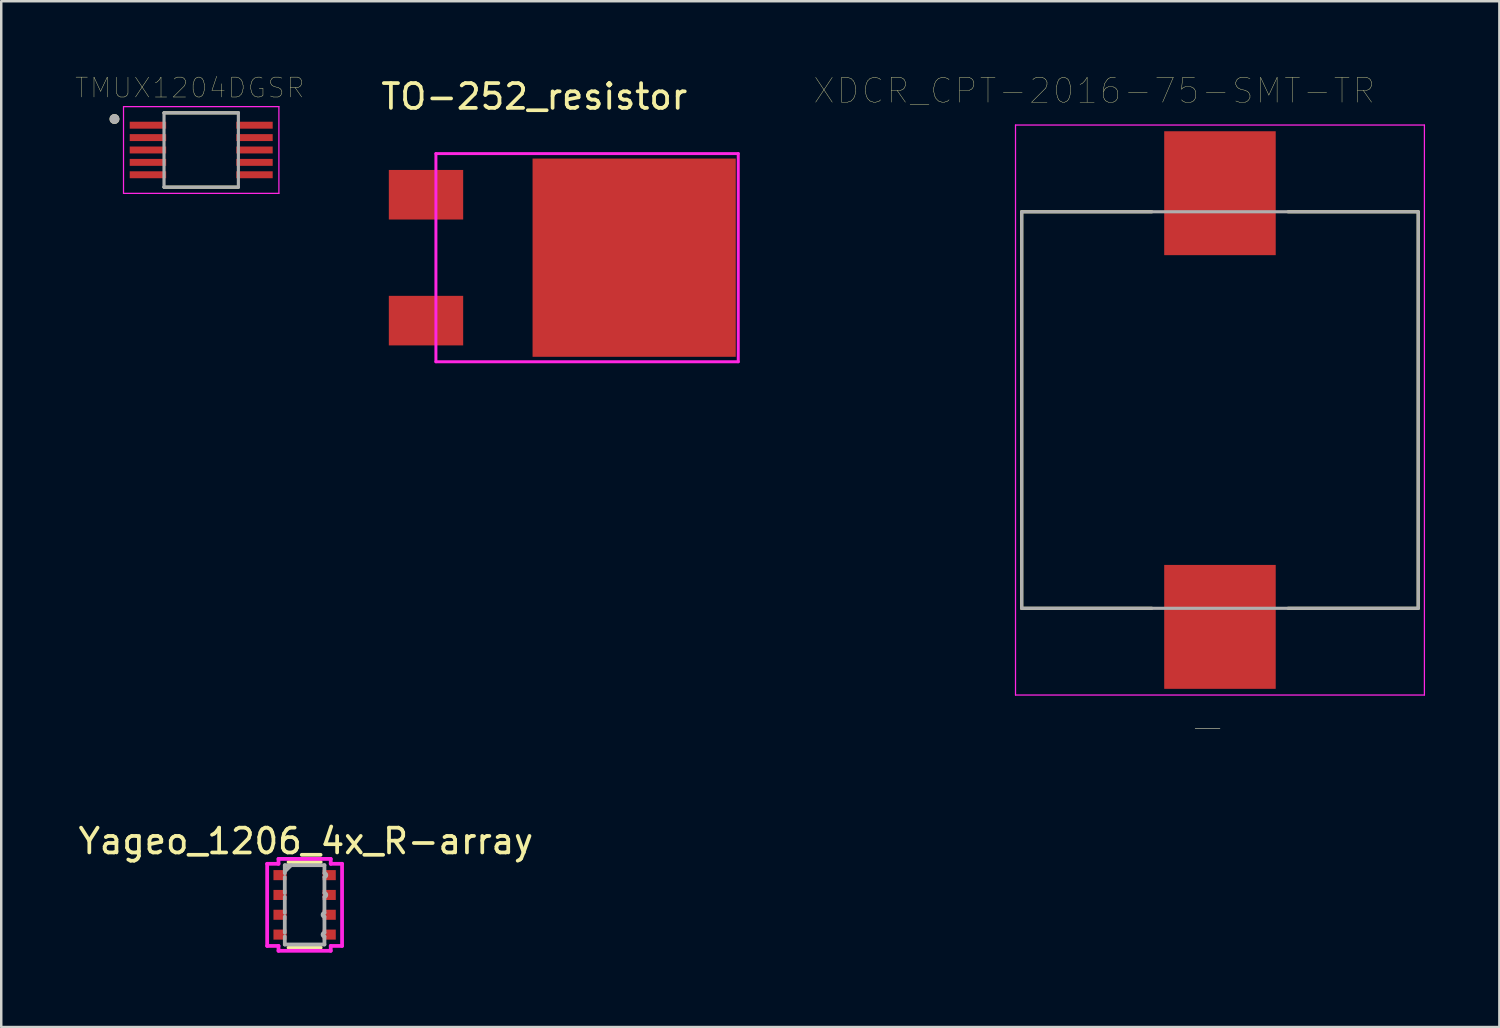
<source format=kicad_pcb>
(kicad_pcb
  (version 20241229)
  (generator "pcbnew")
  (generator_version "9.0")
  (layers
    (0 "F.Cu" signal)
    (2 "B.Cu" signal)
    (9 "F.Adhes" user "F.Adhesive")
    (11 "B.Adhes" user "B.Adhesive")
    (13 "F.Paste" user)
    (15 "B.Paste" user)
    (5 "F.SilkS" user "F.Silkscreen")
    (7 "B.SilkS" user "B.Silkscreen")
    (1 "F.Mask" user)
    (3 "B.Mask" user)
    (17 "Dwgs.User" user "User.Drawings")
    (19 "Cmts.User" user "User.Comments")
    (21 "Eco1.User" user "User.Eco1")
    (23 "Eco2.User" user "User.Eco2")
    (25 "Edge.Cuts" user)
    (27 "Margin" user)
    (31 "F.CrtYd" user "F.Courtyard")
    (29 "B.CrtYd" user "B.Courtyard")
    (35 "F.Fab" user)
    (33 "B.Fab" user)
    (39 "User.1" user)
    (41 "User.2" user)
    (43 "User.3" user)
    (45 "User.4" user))
  (footprint "XDCR_CPT-2016-75-SMT-TR"
    (layer "F.Cu")
    (at 46.178 13.496)
    (property "Reference" "XDCR_CPT-2016-75-SMT-TR" (at -5.075 -12.885 0) (layer "F.SilkS") (effects (font (size 1 1) (thickness 0.015))))
    (attr through_hole)
    (fp_line (start -8 -8) (end -8 8) (stroke (width 0.127) (type solid)) (layer "F.SilkS"))
    (fp_line (start -8 8) (end -2.75 8) (stroke (width 0.127) (type solid)) (layer "F.SilkS"))
    (fp_line (start -2.75 -8) (end -8 -8) (stroke (width 0.127) (type solid)) (layer "F.SilkS"))
    (fp_line (start 2.75 -8) (end 8 -8) (stroke (width 0.127) (type solid)) (layer "F.SilkS"))
    (fp_line (start 8 -8) (end 8 8) (stroke (width 0.127) (type solid)) (layer "F.SilkS"))
    (fp_line (start 8 8) (end 2.75 8) (stroke (width 0.127) (type solid)) (layer "F.SilkS"))
    (fp_line (start -8.25 -11.5) (end 8.25 -11.5) (stroke (width 0.05) (type solid)) (layer "F.CrtYd"))
    (fp_line (start -8.25 11.5) (end -8.25 -11.5) (stroke (width 0.05) (type solid)) (layer "F.CrtYd"))
    (fp_line (start 8.25 -11.5) (end 8.25 11.5) (stroke (width 0.05) (type solid)) (layer "F.CrtYd"))
    (fp_line (start 8.25 11.5) (end -8.25 11.5) (stroke (width 0.05) (type solid)) (layer "F.CrtYd"))
    (fp_line (start -8 -8) (end 8 -8) (stroke (width 0.127) (type solid)) (layer "F.Fab"))
    (fp_line (start -8 8) (end -8 -8) (stroke (width 0.127) (type solid)) (layer "F.Fab"))
    (fp_line (start 8 -8) (end 8 8) (stroke (width 0.127) (type solid)) (layer "F.Fab"))
    (fp_line (start 8 8) (end -8 8) (stroke (width 0.127) (type solid)) (layer "F.Fab"))
    (fp_text user "-" (at -0.5 12.75 0) (layer "F.SilkS") (effects (font (size 1.32 1.32) (thickness 0.015))))
    (fp_text user "-" (at -0.5 12.75 0) (layer "F.Fab") (effects (font (size 1.32 1.32) (thickness 0.015))))
    (pad "1" smd rect (at 0 -8.75) (size 4.5 5) (layers "F.Cu" "F.Mask" "F.Paste"))
    (pad "2" smd rect (at 0 8.75) (size 4.5 5) (layers "F.Cu" "F.Mask" "F.Paste")))
  (footprint "TO-252_resistor"
    (layer "F.Cu")
    (at 18.44 7.348)
    (property "Reference" "TO-252_resistor" (at 0.07 -6.5 0) (layer "F.SilkS") (effects (font (size 1 1) (thickness 0.15))))
    (attr through_hole)
    (fp_line (start -3.9 -4.2) (end -3.9 4.2) (stroke (width 0.12) (type solid)) (layer "F.CrtYd"))
    (fp_line (start -3.9 -4.2) (end 8.3 -4.2) (stroke (width 0.12) (type solid)) (layer "F.CrtYd"))
    (fp_line (start 8.3 -4.2) (end 8.3 4.2) (stroke (width 0.12) (type solid)) (layer "F.CrtYd"))
    (fp_line (start 8.3 4.2) (end -3.9 4.2) (stroke (width 0.12) (type solid)) (layer "F.CrtYd"))
    (pad "1" smd rect (at -4.3 -2.54) (size 3 2) (layers "F.Cu" "F.Mask"))
    (pad "2" smd rect (at -4.3 2.54) (size 3 2) (layers "F.Cu" "F.Mask"))
    (pad "2" smd rect (at 4.1 0) (size 8.2 8) (layers "F.Cu" "F.Mask")))
  (footprint "TMUX1204DGSR"
    (layer "F.Cu")
    (at 5.069 3.002)
    (property "Reference" "TMUX1204DGSR" (at -0.46 -2.508 0) (layer "F.SilkS") (effects (font (size 0.8 0.8) (thickness 0.015))))
    (attr through_hole)
    (fp_line (start -1.5 -1.5) (end 1.5 -1.5) (stroke (width 0.127) (type solid)) (layer "F.SilkS"))
    (fp_line (start -1.5 1.5) (end 1.5 1.5) (stroke (width 0.127) (type solid)) (layer "F.SilkS"))
    (fp_circle (center -3.5 -1.25) (end -3.4 -1.25) (stroke (width 0.2) (type solid)) (fill no) (layer "F.SilkS"))
    (fp_line (start -3.135 -1.75) (end -3.135 1.75) (stroke (width 0.05) (type solid)) (layer "F.CrtYd"))
    (fp_line (start -3.135 -1.75) (end 3.135 -1.75) (stroke (width 0.05) (type solid)) (layer "F.CrtYd"))
    (fp_line (start -3.135 1.75) (end 3.135 1.75) (stroke (width 0.05) (type solid)) (layer "F.CrtYd"))
    (fp_line (start 3.135 -1.75) (end 3.135 1.75) (stroke (width 0.05) (type solid)) (layer "F.CrtYd"))
    (fp_line (start -1.5 -1.5) (end -1.5 1.5) (stroke (width 0.127) (type solid)) (layer "F.Fab"))
    (fp_line (start -1.5 -1.5) (end 1.5 -1.5) (stroke (width 0.127) (type solid)) (layer "F.Fab"))
    (fp_line (start -1.5 1.5) (end 1.5 1.5) (stroke (width 0.127) (type solid)) (layer "F.Fab"))
    (fp_line (start 1.5 -1.5) (end 1.5 1.5) (stroke (width 0.127) (type solid)) (layer "F.Fab"))
    (fp_circle (center -3.5 -1.25) (end -3.4 -1.25) (stroke (width 0.2) (type solid)) (fill no) (layer "F.Fab"))
    (pad "1" smd rect (at -2.15 -1) (size 1.47 0.28) (layers "F.Cu" "F.Mask" "F.Paste"))
    (pad "2" smd rect (at -2.15 -0.5) (size 1.47 0.28) (layers "F.Cu" "F.Mask" "F.Paste"))
    (pad "3" smd rect (at -2.15 0) (size 1.47 0.28) (layers "F.Cu" "F.Mask" "F.Paste"))
    (pad "4" smd rect (at -2.15 0.5) (size 1.47 0.28) (layers "F.Cu" "F.Mask" "F.Paste"))
    (pad "5" smd rect (at -2.15 1) (size 1.47 0.28) (layers "F.Cu" "F.Mask" "F.Paste"))
    (pad "6" smd rect (at 2.15 1) (size 1.47 0.28) (layers "F.Cu" "F.Mask" "F.Paste"))
    (pad "7" smd rect (at 2.15 0.5) (size 1.47 0.28) (layers "F.Cu" "F.Mask" "F.Paste"))
    (pad "8" smd rect (at 2.15 0) (size 1.47 0.28) (layers "F.Cu" "F.Mask" "F.Paste"))
    (pad "9" smd rect (at 2.15 -0.5) (size 1.47 0.28) (layers "F.Cu" "F.Mask" "F.Paste"))
    (pad "10" smd rect (at 2.15 -1) (size 1.47 0.28) (layers "F.Cu" "F.Mask" "F.Paste")))
  (footprint "Yageo_1206_4x_R-array"
    (layer "F.Cu")
    (at 9.242 33.463)
    (property "Reference" "Yageo_1206_4x_R-array" (at 0.05 -2.57 0) (layer "F.SilkS") (effects (font (size 1 1) (thickness 0.15))))
    (attr through_hole)
    (fp_line (start -0.648 -1.727) (end 0.648 -1.727) (stroke (width 0.152) (type solid)) (layer "F.SilkS"))
    (fp_line (start -0.648 1.727) (end 0.648 1.727) (stroke (width 0.152) (type solid)) (layer "F.SilkS"))
    (fp_line (start -1.511 -1.657) (end -1.054 -1.657) (stroke (width 0.152) (type solid)) (layer "F.CrtYd"))
    (fp_line (start -1.511 1.657) (end -1.511 -1.657) (stroke (width 0.152) (type solid)) (layer "F.CrtYd"))
    (fp_line (start -1.054 -1.854) (end 1.054 -1.854) (stroke (width 0.152) (type solid)) (layer "F.CrtYd"))
    (fp_line (start -1.054 -1.657) (end -1.054 -1.854) (stroke (width 0.152) (type solid)) (layer "F.CrtYd"))
    (fp_line (start -1.054 1.657) (end -1.511 1.657) (stroke (width 0.152) (type solid)) (layer "F.CrtYd"))
    (fp_line (start -1.054 1.854) (end -1.054 1.657) (stroke (width 0.152) (type solid)) (layer "F.CrtYd"))
    (fp_line (start 1.054 -1.854) (end 1.054 -1.657) (stroke (width 0.152) (type solid)) (layer "F.CrtYd"))
    (fp_line (start 1.054 -1.657) (end 1.511 -1.657) (stroke (width 0.152) (type solid)) (layer "F.CrtYd"))
    (fp_line (start 1.054 1.657) (end 1.054 1.854) (stroke (width 0.152) (type solid)) (layer "F.CrtYd"))
    (fp_line (start 1.054 1.854) (end -1.054 1.854) (stroke (width 0.152) (type solid)) (layer "F.CrtYd"))
    (fp_line (start 1.511 -1.657) (end 1.511 1.657) (stroke (width 0.152) (type solid)) (layer "F.CrtYd"))
    (fp_line (start 1.511 1.657) (end 1.054 1.657) (stroke (width 0.152) (type solid)) (layer "F.CrtYd"))
    (fp_line (start -0.8 -1.6) (end 0.8 -1.6) (stroke (width 0.152) (type solid)) (layer "F.Fab"))
    (fp_line (start -0.8 -1.276) (end -0.8 -1.6) (stroke (width 0.152) (type solid)) (layer "F.Fab"))
    (fp_line (start -0.8 -1.124) (end -0.8 -0.476) (stroke (width 0.152) (type solid)) (layer "F.Fab"))
    (fp_line (start -0.8 -0.324) (end -0.8 0.324) (stroke (width 0.152) (type solid)) (layer "F.Fab"))
    (fp_line (start -0.8 0.476) (end -0.8 1.124) (stroke (width 0.152) (type solid)) (layer "F.Fab"))
    (fp_line (start -0.8 1.276) (end -0.8 1.6) (stroke (width 0.152) (type solid)) (layer "F.Fab"))
    (fp_line (start -0.8 1.6) (end 0.8 1.6) (stroke (width 0.152) (type solid)) (layer "F.Fab"))
    (fp_line (start -0.546 -1.6) (end -0.8 -1.346) (stroke (width 0.152) (type solid)) (layer "F.Fab"))
    (fp_line (start 0.8 -1.276) (end 0.8 -1.6) (stroke (width 0.152) (type solid)) (layer "F.Fab"))
    (fp_line (start 0.8 -1.124) (end 0.8 -0.476) (stroke (width 0.152) (type solid)) (layer "F.Fab"))
    (fp_line (start 0.8 -0.324) (end 0.8 0.324) (stroke (width 0.152) (type solid)) (layer "F.Fab"))
    (fp_line (start 0.8 0.476) (end 0.8 1.124) (stroke (width 0.152) (type solid)) (layer "F.Fab"))
    (fp_line (start 0.8 1.276) (end 0.8 1.6) (stroke (width 0.152) (type solid)) (layer "F.Fab"))
    (fp_arc (start 0.8001 -1.2762) (mid 0.8763 -1.2) (end 0.8001 -1.1238) (stroke (width 0.1524) (type solid)) (layer "F.Fab"))
    (fp_arc (start 0.8001 -0.476199) (mid 0.8763 -0.399999) (end 0.8001 -0.323799) (stroke (width 0.1524) (type solid)) (layer "F.Fab"))
    (fp_arc (start 0.8001 0.476199) (mid 0.7239 0.399999) (end 0.8001 0.323799) (stroke (width 0.1524) (type solid)) (layer "F.Fab"))
    (fp_arc (start 0.8001 1.2762) (mid 0.7239 1.2) (end 0.8001 1.1238) (stroke (width 0.1524) (type solid)) (layer "F.Fab"))
    (pad "1" smd rect (at -0.991 -1.2) (size 0.533 0.406) (layers "F.Cu" "F.Mask" "F.Paste"))
    (pad "2" smd rect (at -0.991 -0.4) (size 0.533 0.406) (layers "F.Cu" "F.Mask" "F.Paste"))
    (pad "3" smd rect (at -0.991 0.4) (size 0.533 0.406) (layers "F.Cu" "F.Mask" "F.Paste"))
    (pad "4" smd rect (at -0.991 1.2) (size 0.533 0.406) (layers "F.Cu" "F.Mask" "F.Paste"))
    (pad "5" smd rect (at 0.991 1.2) (size 0.533 0.406) (layers "F.Cu" "F.Mask" "F.Paste"))
    (pad "6" smd rect (at 0.991 0.4) (size 0.533 0.406) (layers "F.Cu" "F.Mask" "F.Paste"))
    (pad "7" smd rect (at 0.991 -0.4) (size 0.533 0.406) (layers "F.Cu" "F.Mask" "F.Paste"))
    (pad "8" smd rect (at 0.991 -1.2) (size 0.533 0.406) (layers "F.Cu" "F.Mask" "F.Paste")))
  (gr_rect
    (start -3 -3)
    (end 57.453 38.394)
    (stroke (width 0.1) (type default))
    (fill no)
    (layer "Edge.Cuts")))
</source>
